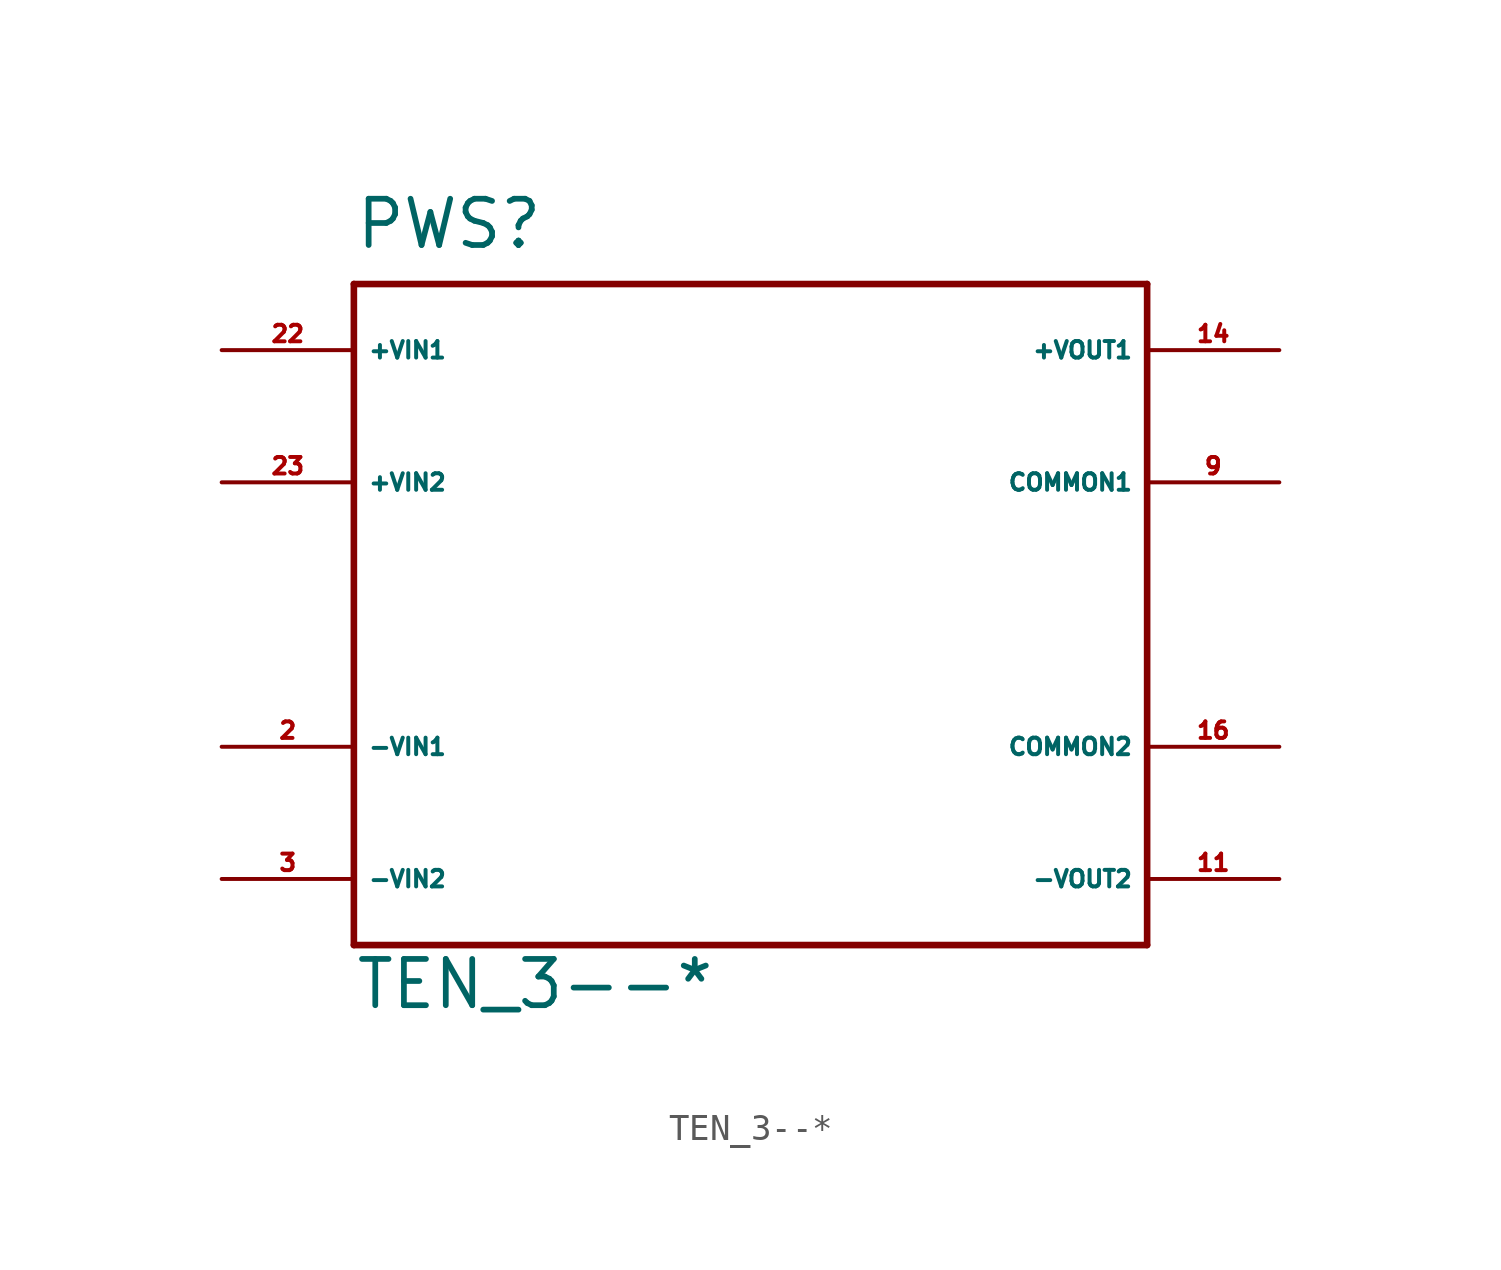
<source format=kicad_sym>
(kicad_symbol_lib
  (version 20220914)
  (generator Eagle2Kicad)
  (symbol "TEN_3--*"
    (property "Reference" "PWS"
      (at -15.24 13.97 0)
      (effects (font (size 1.778 1.778) (thickness 0.22)) (justify left bottom)))
    (property "Value" "TEN_3--*"
      (at -15.24 -15.24 0)
      (effects (font (size 1.778 1.778) (thickness 0.22)) (justify left bottom)))
    (polyline
      (pts (xy -15.24 -12.7) (xy 15.24 -12.7))
      (stroke (width 0.254) (type default))
      (fill (type none)))
    (polyline
      (pts (xy 15.24 -12.7) (xy 15.24 12.7))
      (stroke (width 0.254) (type default))
      (fill (type none)))
    (polyline
      (pts (xy 15.24 12.7) (xy -15.24 12.7))
      (stroke (width 0.254) (type default))
      (fill (type none)))
    (polyline
      (pts (xy -15.24 12.7) (xy -15.24 -12.7))
      (stroke (width 0.254) (type default))
      (fill (type none)))
    (pin input line
      (at -20.32 -10.16 0)
      (length 5.08)
      (name "-VIN2" (effects (font (size 0.635 0.635) (thickness 0.08)) (justify left bottom)))
      (number "3" (effects (font (size 0.635 0.635) (thickness 0.08)) (justify left bottom))))
    (pin input line
      (at -20.32 -5.08 0)
      (length 5.08)
      (name "-VIN1" (effects (font (size 0.635 0.635) (thickness 0.08)) (justify left bottom)))
      (number "2" (effects (font (size 0.635 0.635) (thickness 0.08)) (justify left bottom))))
    (pin input line
      (at -20.32 5.08 0)
      (length 5.08)
      (name "+VIN2" (effects (font (size 0.635 0.635) (thickness 0.08)) (justify left bottom)))
      (number "23" (effects (font (size 0.635 0.635) (thickness 0.08)) (justify left bottom))))
    (pin input line
      (at -20.32 10.16 0)
      (length 5.08)
      (name "+VIN1" (effects (font (size 0.635 0.635) (thickness 0.08)) (justify left bottom)))
      (number "22" (effects (font (size 0.635 0.635) (thickness 0.08)) (justify left bottom))))
    (pin passive line
      (at 20.32 10.16 180)
      (length 5.08)
      (name "+VOUT1" (effects (font (size 0.635 0.635) (thickness 0.08)) (justify left bottom)))
      (number "14" (effects (font (size 0.635 0.635) (thickness 0.08)) (justify left bottom))))
    (pin passive line
      (at 20.32 5.08 180)
      (length 5.08)
      (name "COMMON1" (effects (font (size 0.635 0.635) (thickness 0.08)) (justify left bottom)))
      (number "9" (effects (font (size 0.635 0.635) (thickness 0.08)) (justify left bottom))))
    (pin passive line
      (at 20.32 -5.08 180)
      (length 5.08)
      (name "COMMON2" (effects (font (size 0.635 0.635) (thickness 0.08)) (justify left bottom)))
      (number "16" (effects (font (size 0.635 0.635) (thickness 0.08)) (justify left bottom))))
    (pin passive line
      (at 20.32 -10.16 180)
      (length 5.08)
      (name "-VOUT2" (effects (font (size 0.635 0.635) (thickness 0.08)) (justify left bottom)))
      (number "11" (effects (font (size 0.635 0.635) (thickness 0.08)) (justify left bottom))))))
</source>
